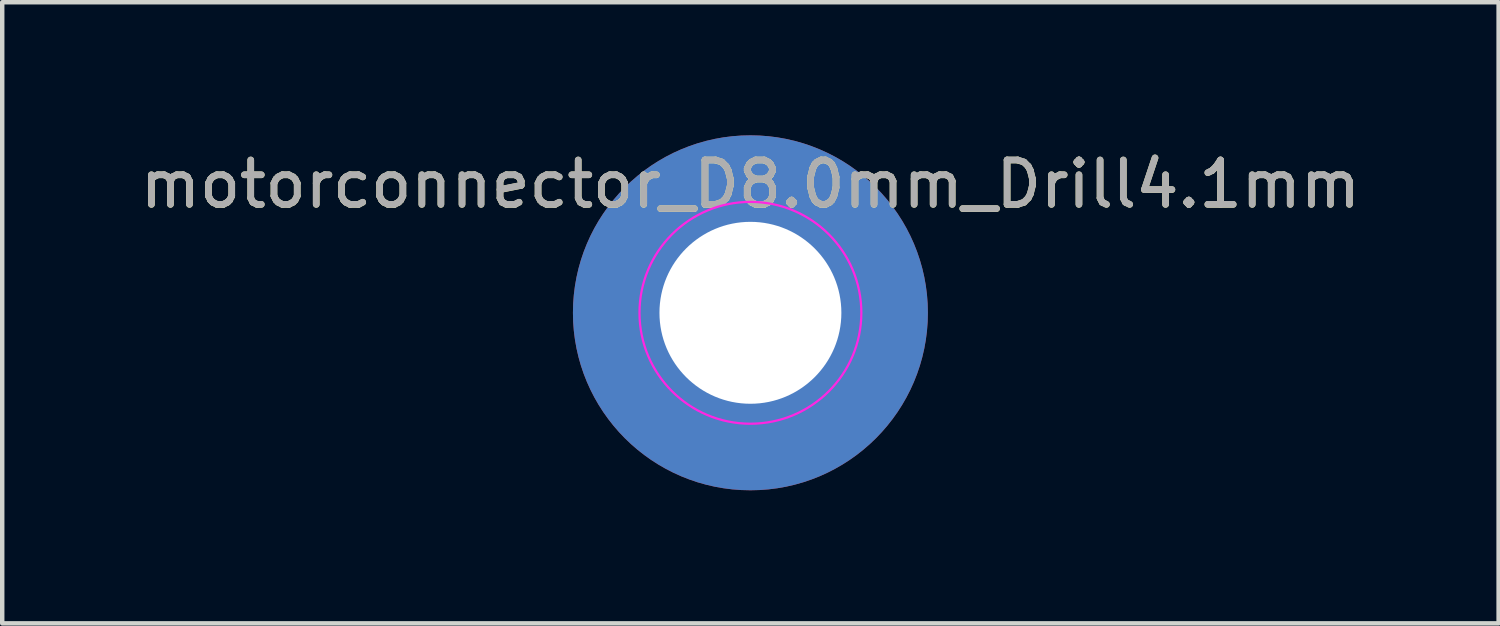
<source format=kicad_pcb>
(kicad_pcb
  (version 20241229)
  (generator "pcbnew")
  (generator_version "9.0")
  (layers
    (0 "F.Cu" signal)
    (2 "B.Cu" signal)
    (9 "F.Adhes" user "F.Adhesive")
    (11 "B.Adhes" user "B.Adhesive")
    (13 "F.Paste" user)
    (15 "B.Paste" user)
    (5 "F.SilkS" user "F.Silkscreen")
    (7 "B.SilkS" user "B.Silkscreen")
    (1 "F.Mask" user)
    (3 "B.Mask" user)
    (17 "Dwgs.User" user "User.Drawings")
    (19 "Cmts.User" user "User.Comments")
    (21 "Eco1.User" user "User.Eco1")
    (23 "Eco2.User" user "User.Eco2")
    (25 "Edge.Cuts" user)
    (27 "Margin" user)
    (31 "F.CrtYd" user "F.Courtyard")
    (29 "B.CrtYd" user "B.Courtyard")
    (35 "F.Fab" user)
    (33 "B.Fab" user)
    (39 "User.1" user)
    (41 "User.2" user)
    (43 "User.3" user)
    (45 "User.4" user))
  (footprint "motorconnector_D8.0mm_Drill4.1mm"
    (layer "F.Cu")
    (at 13.863 4)
    (property "Reference" "motorconnector_D8.0mm_Drill4.1mm" (at 0 -2.898 0) (layer "F.SilkS") (effects (font (size 1 1) (thickness 0.15))))
    (attr exclude_from_pos_files exclude_from_bom)
    (fp_circle (center 0 0) (end 2.5 0) (stroke (width 0.05) (type solid)) (fill no) (layer "F.CrtYd"))
    (fp_text user "${REFERENCE}" (at 0 -2.9 0) (layer "F.Fab") (effects (font (size 1 1) (thickness 0.15))))
    (pad "1" thru_hole circle (at 0 0) (size 8 8) (drill 4.1) (layers "*.Cu" "*.Mask")))
  (gr_rect
    (start -3 -3)
    (end 30.726 11)
    (stroke (width 0.1) (type default))
    (fill no)
    (layer "Edge.Cuts")))
</source>
